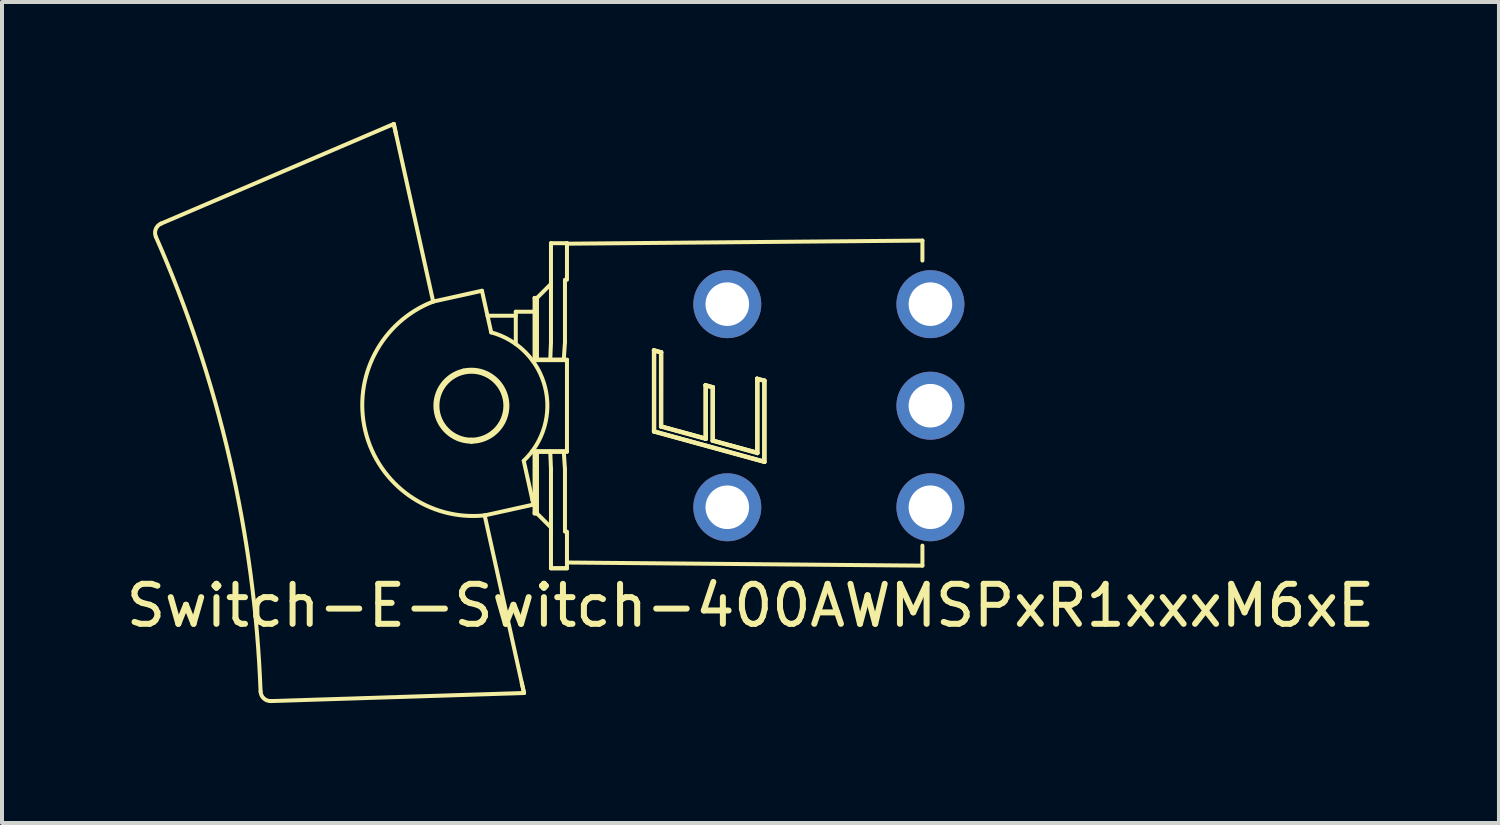
<source format=kicad_pcb>
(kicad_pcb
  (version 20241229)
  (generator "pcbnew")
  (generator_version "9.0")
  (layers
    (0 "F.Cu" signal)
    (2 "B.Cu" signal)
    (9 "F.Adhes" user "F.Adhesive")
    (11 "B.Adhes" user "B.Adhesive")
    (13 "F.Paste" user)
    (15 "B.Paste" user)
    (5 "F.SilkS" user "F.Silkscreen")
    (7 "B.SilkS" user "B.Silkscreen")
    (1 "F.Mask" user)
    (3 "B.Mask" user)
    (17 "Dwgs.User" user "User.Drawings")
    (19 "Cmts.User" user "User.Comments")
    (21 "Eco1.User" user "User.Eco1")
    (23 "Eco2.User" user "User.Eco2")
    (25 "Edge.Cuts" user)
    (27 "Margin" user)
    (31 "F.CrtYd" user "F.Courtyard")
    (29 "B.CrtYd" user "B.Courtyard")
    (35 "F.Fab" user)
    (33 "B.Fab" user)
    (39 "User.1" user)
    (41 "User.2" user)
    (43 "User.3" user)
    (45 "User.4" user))
  (footprint "Switch-E-Switch-400AWMSPxR1xxxM6xE"
    (layer "F.Cu")
    (at 10.72 7.097)
    (property "Reference" "Switch-E-Switch-400AWMSPxR1xxxM6xE" (at 5 5 0) (layer "F.SilkS") (effects (font (size 1 1) (thickness 0.15))))
    (attr through_hole)
    (fp_line (start -6.995 7.387) (end -0.664 7.185) (stroke (width 0.1) (type solid)) (layer "F.SilkS"))
    (fp_line (start -3.921 -7.047) (end -9.741 -4.555) (stroke (width 0.1) (type solid)) (layer "F.SilkS"))
    (fp_line (start -3.921 -7.047) (end -3.866 -6.798) (stroke (width 0.1) (type solid)) (layer "F.SilkS"))
    (fp_line (start -3.866 -6.798) (end -3.921 -7.047) (stroke (width 0.1) (type solid)) (layer "F.SilkS"))
    (fp_line (start -3.866 -6.798) (end -2.936 -2.605) (stroke (width 0.1) (type solid)) (layer "F.SilkS"))
    (fp_line (start -2.936 -2.605) (end -1.716 -2.875) (stroke (width 0.1) (type solid)) (layer "F.SilkS"))
    (fp_line (start -1.98 0.9) (end -1.98 0.85) (stroke (width 0.1) (type solid)) (layer "F.SilkS"))
    (fp_line (start -1.716 -2.875) (end -1.485 -1.834) (stroke (width 0.1) (type solid)) (layer "F.SilkS"))
    (fp_line (start -1.648 2.743) (end -0.719 6.937) (stroke (width 0.1) (type solid)) (layer "F.SilkS"))
    (fp_line (start -0.87 -2.35) (end -0.87 -1.542) (stroke (width 0.1) (type solid)) (layer "F.SilkS"))
    (fp_line (start -0.87 -2.25) (end -1.577 -2.25) (stroke (width 0.1) (type solid)) (layer "F.SilkS"))
    (fp_line (start -0.719 6.937) (end -0.664 7.185) (stroke (width 0.1) (type solid)) (layer "F.SilkS"))
    (fp_line (start -0.671 1.377) (end -0.428 2.473) (stroke (width 0.1) (type solid)) (layer "F.SilkS"))
    (fp_line (start -0.664 7.185) (end -0.719 6.937) (stroke (width 0.1) (type solid)) (layer "F.SilkS"))
    (fp_line (start -0.428 2.473) (end -1.648 2.743) (stroke (width 0.1) (type solid)) (layer "F.SilkS"))
    (fp_line (start -0.4 -2.695) (end -0.4 -1.15) (stroke (width 0.1) (type solid)) (layer "F.SilkS"))
    (fp_line (start -0.4 -2.35) (end -0.87 -2.35) (stroke (width 0.1) (type solid)) (layer "F.SilkS"))
    (fp_line (start -0.4 1.15) (end -0.4 2.695) (stroke (width 0.1) (type solid)) (layer "F.SilkS"))
    (fp_line (start -0.4 2.35) (end -0.455 2.35) (stroke (width 0.1) (type solid)) (layer "F.SilkS"))
    (fp_line (start -0.34 -2.695) (end -0.4 -2.695) (stroke (width 0.1) (type solid)) (layer "F.SilkS"))
    (fp_line (start -0.34 -2.695) (end -0.34 -1.15) (stroke (width 0.1) (type solid)) (layer "F.SilkS"))
    (fp_line (start -0.34 -2.695) (end 0.01 -3.045) (stroke (width 0.1) (type solid)) (layer "F.SilkS"))
    (fp_line (start -0.34 -1.15) (end -0.4 -1.15) (stroke (width 0.1) (type solid)) (layer "F.SilkS"))
    (fp_line (start -0.34 -1.15) (end -0.008 -1.15) (stroke (width 0.1) (type solid)) (layer "F.SilkS"))
    (fp_line (start -0.34 1.15) (end -0.4 1.15) (stroke (width 0.1) (type solid)) (layer "F.SilkS"))
    (fp_line (start -0.34 1.15) (end -0.34 2.695) (stroke (width 0.1) (type solid)) (layer "F.SilkS"))
    (fp_line (start -0.34 1.15) (end 0.41 1.15) (stroke (width 0.1) (type solid)) (layer "F.SilkS"))
    (fp_line (start -0.34 2.695) (end -0.4 2.695) (stroke (width 0.1) (type solid)) (layer "F.SilkS"))
    (fp_line (start -0.34 2.695) (end 0.01 3.045) (stroke (width 0.1) (type solid)) (layer "F.SilkS"))
    (fp_line (start -0.008 -1.15) (end 0.33 -1.15) (stroke (width 0.1) (type solid)) (layer "F.SilkS"))
    (fp_line (start -0.008 1.15) (end 0.01 1.585) (stroke (width 0.1) (type solid)) (layer "F.SilkS"))
    (fp_line (start -0.008 1.15) (end -0.34 1.15) (stroke (width 0.1) (type solid)) (layer "F.SilkS"))
    (fp_line (start 0.01 -1.585) (end -0.008 -1.15) (stroke (width 0.1) (type solid)) (layer "F.SilkS"))
    (fp_line (start 0.01 -4.065) (end 0.01 -3.815) (stroke (width 0.1) (type solid)) (layer "F.SilkS"))
    (fp_line (start 0.01 -3.815) (end 0.01 -3.15) (stroke (width 0.1) (type solid)) (layer "F.SilkS"))
    (fp_line (start 0.01 -3.15) (end 0.01 -1.585) (stroke (width 0.1) (type solid)) (layer "F.SilkS"))
    (fp_line (start 0.01 1.585) (end 0.01 3.15) (stroke (width 0.1) (type solid)) (layer "F.SilkS"))
    (fp_line (start 0.01 3.15) (end 0.01 3.815) (stroke (width 0.1) (type solid)) (layer "F.SilkS"))
    (fp_line (start 0.01 3.815) (end 0.01 4.065) (stroke (width 0.1) (type solid)) (layer "F.SilkS"))
    (fp_line (start 0.01 4.065) (end 0.41 4.065) (stroke (width 0.1) (type solid)) (layer "F.SilkS"))
    (fp_line (start 0.33 -1.15) (end 0.36 -1.585) (stroke (width 0.1) (type solid)) (layer "F.SilkS"))
    (fp_line (start 0.33 1.15) (end -0.008 1.15) (stroke (width 0.1) (type solid)) (layer "F.SilkS"))
    (fp_line (start 0.36 1.585) (end 0.33 1.15) (stroke (width 0.1) (type solid)) (layer "F.SilkS"))
    (fp_line (start 0.36 -1.585) (end 0.36 -3.15) (stroke (width 0.1) (type solid)) (layer "F.SilkS"))
    (fp_line (start 0.36 3.15) (end 0.36 1.585) (stroke (width 0.1) (type solid)) (layer "F.SilkS"))
    (fp_line (start 0.41 -4.065) (end 0.01 -4.065) (stroke (width 0.1) (type solid)) (layer "F.SilkS"))
    (fp_line (start 0.41 -4.052) (end 0.41 -4.065) (stroke (width 0.1) (type solid)) (layer "F.SilkS"))
    (fp_line (start 0.41 -4.052) (end 0.41 -3.996) (stroke (width 0.1) (type solid)) (layer "F.SilkS"))
    (fp_line (start 0.41 -3.815) (end 0.41 -3.996) (stroke (width 0.1) (type solid)) (layer "F.SilkS"))
    (fp_line (start 0.41 -3.15) (end 0.41 -3.815) (stroke (width 0.1) (type solid)) (layer "F.SilkS"))
    (fp_line (start 0.41 -1.15) (end -0.34 -1.15) (stroke (width 0.1) (type solid)) (layer "F.SilkS"))
    (fp_line (start 0.41 -1.15) (end 0.41 1.15) (stroke (width 0.1) (type solid)) (layer "F.SilkS"))
    (fp_line (start 0.41 -1.14) (end -0.46 -1.14) (stroke (width 0.1) (type solid)) (layer "F.SilkS"))
    (fp_line (start 0.41 1.14) (end -0.46 1.14) (stroke (width 0.1) (type solid)) (layer "F.SilkS"))
    (fp_line (start 0.41 3.815) (end 0.41 3.15) (stroke (width 0.1) (type solid)) (layer "F.SilkS"))
    (fp_line (start 0.41 4.065) (end 0.01 4.065) (stroke (width 0.1) (type solid)) (layer "F.SilkS"))
    (fp_line (start 0.41 4.065) (end 0.41 3.815) (stroke (width 0.1) (type solid)) (layer "F.SilkS"))
    (fp_line (start 2.583 -1.388) (end 2.768 -1.337) (stroke (width 0.1) (type solid)) (layer "F.SilkS"))
    (fp_line (start 2.583 0.649) (end 2.583 -1.388) (stroke (width 0.1) (type solid)) (layer "F.SilkS"))
    (fp_line (start 2.583 -1.388) (end 2.583 -1.388) (stroke (width 0.1) (type solid)) (layer "F.SilkS"))
    (fp_line (start 2.583 -1.388) (end 2.768 -1.337) (stroke (width 0.1) (type solid)) (layer "F.SilkS"))
    (fp_line (start 2.591 -1.375) (end 2.759 -1.329) (stroke (width 0.1) (type solid)) (layer "F.SilkS"))
    (fp_line (start 2.591 0.642) (end 2.591 -1.375) (stroke (width 0.1) (type solid)) (layer "F.SilkS"))
    (fp_line (start 2.591 -1.375) (end 2.591 0.642) (stroke (width 0.1) (type solid)) (layer "F.SilkS"))
    (fp_line (start 2.591 0.642) (end 2.591 0.642) (stroke (width 0.1) (type solid)) (layer "F.SilkS"))
    (fp_line (start 2.591 0.642) (end 5.342 1.397) (stroke (width 0.1) (type solid)) (layer "F.SilkS"))
    (fp_line (start 2.759 -1.329) (end 2.759 0.524) (stroke (width 0.1) (type solid)) (layer "F.SilkS"))
    (fp_line (start 2.759 0.524) (end 3.883 0.832) (stroke (width 0.1) (type solid)) (layer "F.SilkS"))
    (fp_line (start 2.767 0.516) (end 3.874 0.82) (stroke (width 0.1) (type solid)) (layer "F.SilkS"))
    (fp_line (start 2.767 0.516) (end 2.767 0.516) (stroke (width 0.1) (type solid)) (layer "F.SilkS"))
    (fp_line (start 2.767 0.516) (end 3.874 0.82) (stroke (width 0.1) (type solid)) (layer "F.SilkS"))
    (fp_line (start 2.768 -1.337) (end 2.767 0.516) (stroke (width 0.1) (type solid)) (layer "F.SilkS"))
    (fp_line (start 2.768 -1.337) (end 2.767 0.516) (stroke (width 0.1) (type solid)) (layer "F.SilkS"))
    (fp_line (start 2.768 -1.337) (end 2.768 -1.337) (stroke (width 0.1) (type solid)) (layer "F.SilkS"))
    (fp_line (start 3.874 -0.515) (end 4.059 -0.464) (stroke (width 0.1) (type solid)) (layer "F.SilkS"))
    (fp_line (start 3.874 0.82) (end 3.874 -0.515) (stroke (width 0.1) (type solid)) (layer "F.SilkS"))
    (fp_line (start 3.874 -0.515) (end 3.874 -0.515) (stroke (width 0.1) (type solid)) (layer "F.SilkS"))
    (fp_line (start 3.874 -0.515) (end 4.059 -0.464) (stroke (width 0.1) (type solid)) (layer "F.SilkS"))
    (fp_line (start 3.883 -0.502) (end 4.05 -0.456) (stroke (width 0.1) (type solid)) (layer "F.SilkS"))
    (fp_line (start 3.883 0.832) (end 3.883 -0.502) (stroke (width 0.1) (type solid)) (layer "F.SilkS"))
    (fp_line (start 3.883 -0.502) (end 3.883 0.832) (stroke (width 0.1) (type solid)) (layer "F.SilkS"))
    (fp_line (start 3.883 0.832) (end 3.883 0.832) (stroke (width 0.1) (type solid)) (layer "F.SilkS"))
    (fp_line (start 4.05 -0.456) (end 4.05 0.878) (stroke (width 0.1) (type solid)) (layer "F.SilkS"))
    (fp_line (start 4.05 0.878) (end 5.174 1.187) (stroke (width 0.1) (type solid)) (layer "F.SilkS"))
    (fp_line (start 4.059 -0.464) (end 4.059 0.871) (stroke (width 0.1) (type solid)) (layer "F.SilkS"))
    (fp_line (start 4.059 0.871) (end 5.165 1.174) (stroke (width 0.1) (type solid)) (layer "F.SilkS"))
    (fp_line (start 4.059 -0.464) (end 4.059 -0.464) (stroke (width 0.1) (type solid)) (layer "F.SilkS"))
    (fp_line (start 4.059 -0.464) (end 4.059 0.871) (stroke (width 0.1) (type solid)) (layer "F.SilkS"))
    (fp_line (start 4.059 0.871) (end 4.059 0.871) (stroke (width 0.1) (type solid)) (layer "F.SilkS"))
    (fp_line (start 4.059 0.871) (end 5.165 1.174) (stroke (width 0.1) (type solid)) (layer "F.SilkS"))
    (fp_line (start 5.165 -0.678) (end 5.35 -0.628) (stroke (width 0.1) (type solid)) (layer "F.SilkS"))
    (fp_line (start 5.165 1.174) (end 5.165 -0.678) (stroke (width 0.1) (type solid)) (layer "F.SilkS"))
    (fp_line (start 5.165 -0.678) (end 5.165 -0.678) (stroke (width 0.1) (type solid)) (layer "F.SilkS"))
    (fp_line (start 5.165 -0.678) (end 5.35 -0.628) (stroke (width 0.1) (type solid)) (layer "F.SilkS"))
    (fp_line (start 5.174 -0.666) (end 5.342 -0.62) (stroke (width 0.1) (type solid)) (layer "F.SilkS"))
    (fp_line (start 5.174 1.187) (end 5.174 -0.666) (stroke (width 0.1) (type solid)) (layer "F.SilkS"))
    (fp_line (start 5.174 -0.666) (end 5.174 1.187) (stroke (width 0.1) (type solid)) (layer "F.SilkS"))
    (fp_line (start 5.174 1.187) (end 5.174 1.187) (stroke (width 0.1) (type solid)) (layer "F.SilkS"))
    (fp_line (start 5.342 -0.62) (end 5.342 1.397) (stroke (width 0.1) (type solid)) (layer "F.SilkS"))
    (fp_line (start 5.342 1.397) (end 2.591 0.642) (stroke (width 0.1) (type solid)) (layer "F.SilkS"))
    (fp_line (start 5.35 -0.628) (end 5.35 1.409) (stroke (width 0.1) (type solid)) (layer "F.SilkS"))
    (fp_line (start 5.35 1.409) (end 2.583 0.649) (stroke (width 0.1) (type solid)) (layer "F.SilkS"))
    (fp_line (start 5.35 -0.628) (end 5.35 -0.628) (stroke (width 0.1) (type solid)) (layer "F.SilkS"))
    (fp_line (start 5.35 -0.628) (end 5.35 1.409) (stroke (width 0.1) (type solid)) (layer "F.SilkS"))
    (fp_line (start 5.35 1.409) (end 5.35 1.409) (stroke (width 0.1) (type solid)) (layer "F.SilkS"))
    (fp_line (start 9.3 -4.13) (end 0.41 -4.052) (stroke (width 0.1) (type solid)) (layer "F.SilkS"))
    (fp_line (start 9.3 -4.13) (end 9.3 -3.63) (stroke (width 0.1) (type solid)) (layer "F.SilkS"))
    (fp_line (start 9.3 3.5) (end 9.3 4) (stroke (width 0.1) (type solid)) (layer "F.SilkS"))
    (fp_line (start 9.3 4) (end 0.41 3.922) (stroke (width 0.1) (type solid)) (layer "F.SilkS"))
    (fp_arc (start -9.870949 -4.22426) (mid -9.874731 -4.416764) (end -9.740565 -4.554864) (stroke (width 0.1) (type solid)) (layer "F.SilkS"))
    (fp_arc (start -9.870949 -4.22426) (mid -8.024037 1.33719) (end -7.252659 7.146302) (stroke (width 0.1) (type solid)) (layer "F.SilkS"))
    (fp_arc (start -6.994891 7.386751) (mid -7.173365 7.319689) (end -7.252659 7.146302) (stroke (width 0.1) (type solid)) (layer "F.SilkS"))
    (fp_arc (start -2.174796 -0.878666) (mid -1.08535 -0.09798) (end -1.98 0.9) (stroke (width 0.1) (type solid)) (layer "F.SilkS"))
    (fp_arc (start -1.98 0.9) (mid -2.874651 0.09798) (end -2.174796 -0.878666) (stroke (width 0.1) (type solid)) (layer "F.SilkS"))
    (fp_arc (start -1.648392 2.743252) (mid -4.632234 0.632799) (end -2.936438 -2.604731) (stroke (width 0.1) (type solid)) (layer "F.SilkS"))
    (fp_arc (start -1.485328 -1.834475) (mid -0.138295 -0.467035) (end -0.670918 1.377064) (stroke (width 0.1) (type solid)) (layer "F.SilkS"))
    (fp_circle (center -1.98 0) (end -1.13 0) (stroke (width 0.1) (type solid)) (fill no) (layer "F.SilkS"))
    (pad "" np_thru_hole circle (at 4.42 -2.54) (size 1.7 1.7) (drill 1.09) (layers "*.Cu" "*.Mask"))
    (pad "" np_thru_hole circle (at 4.42 2.54) (size 1.7 1.7) (drill 1.09) (layers "*.Cu" "*.Mask"))
    (pad "C" thru_hole circle (at 9.5 0) (size 1.7 1.7) (drill 1.09) (layers "*.Cu" "*.Mask"))
    (pad "NC" thru_hole circle (at 9.5 -2.54) (size 1.7 1.7) (drill 1.09) (layers "*.Cu" "*.Mask"))
    (pad "NO" thru_hole circle (at 9.5 2.54) (size 1.7 1.7) (drill 1.09) (layers "*.Cu" "*.Mask")))
  (gr_rect
    (start -3 -3)
    (end 34.44 17.533)
    (stroke (width 0.1) (type default))
    (fill no)
    (layer "Edge.Cuts")))
</source>
